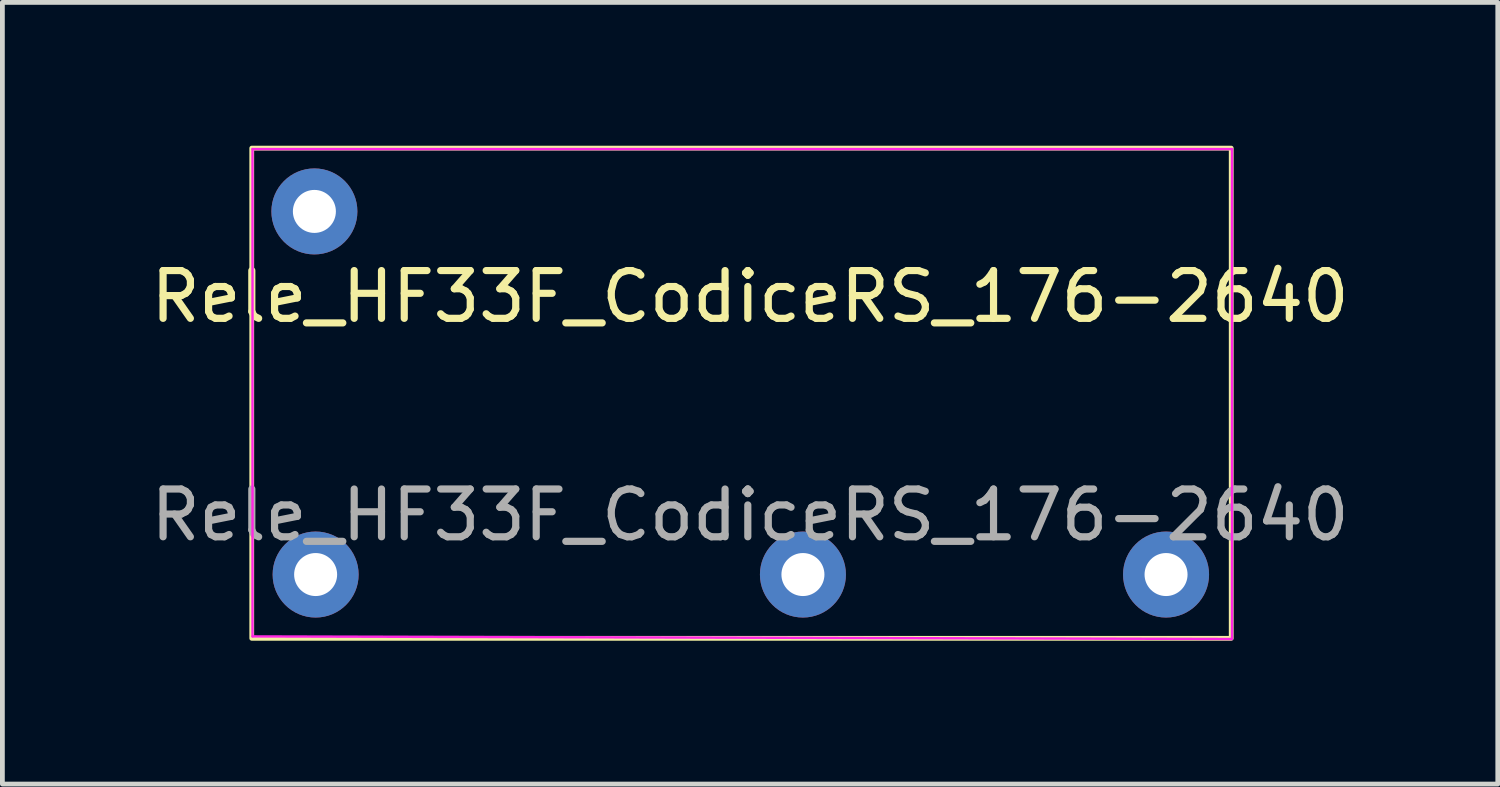
<source format=kicad_pcb>
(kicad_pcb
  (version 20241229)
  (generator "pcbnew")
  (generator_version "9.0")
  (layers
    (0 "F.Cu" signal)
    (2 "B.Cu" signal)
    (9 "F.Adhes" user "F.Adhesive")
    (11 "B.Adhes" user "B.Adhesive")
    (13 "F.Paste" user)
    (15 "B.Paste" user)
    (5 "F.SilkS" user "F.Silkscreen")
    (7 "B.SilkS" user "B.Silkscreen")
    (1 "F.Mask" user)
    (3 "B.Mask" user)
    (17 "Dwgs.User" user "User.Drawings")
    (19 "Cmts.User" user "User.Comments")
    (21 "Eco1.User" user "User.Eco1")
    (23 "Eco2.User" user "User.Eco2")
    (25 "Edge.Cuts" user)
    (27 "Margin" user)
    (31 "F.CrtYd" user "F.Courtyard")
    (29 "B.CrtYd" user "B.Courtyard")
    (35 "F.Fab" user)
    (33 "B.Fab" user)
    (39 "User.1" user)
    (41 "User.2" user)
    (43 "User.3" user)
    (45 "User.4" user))
  (footprint "Rele_HF33F_CodiceRS_176-2640"
    (layer "F.Cu")
    (at 12.649 5.19)
    (property "Reference" "Rele_HF33F_CodiceRS_176-2640" (at 0 -2.032 0) (unlocked yes) (layer "F.SilkS") (effects (font (size 1 1) (thickness 0.15))))
    (attr through_hole)
    (fp_rect (start -10.43 -5.14) (end 10.07 5.12) (stroke (width 0.1) (type default)) (fill no) (layer "F.SilkS"))
    (fp_line (start -10.414 -5.12) (end -10.414 5.08) (stroke (width 0.05) (type solid)) (layer "F.CrtYd"))
    (fp_line (start -10.414 5.08) (end 10.086 5.134) (stroke (width 0.05) (type solid)) (layer "F.CrtYd"))
    (fp_line (start 10.086 -5.12) (end -10.414 -5.12) (stroke (width 0.05) (type solid)) (layer "F.CrtYd"))
    (fp_line (start 10.086 5.134) (end 10.086 -5.12) (stroke (width 0.05) (type solid)) (layer "F.CrtYd"))
    (fp_text user "${REFERENCE}" (at 0 2.54 0) (unlocked yes) (layer "F.Fab") (effects (font (size 1 1) (thickness 0.15))))
    (pad "1" thru_hole circle (at -9.119 -3.815) (size 1.8 1.8) (drill 0.9) (layers "*.Cu" "*.Mask"))
    (pad "2" thru_hole circle (at -9.093 3.785) (size 1.8 1.8) (drill 0.9) (layers "*.Cu" "*.Mask"))
    (pad "3" thru_hole circle (at 1.106 3.785) (size 1.8 1.8) (drill 0.9) (layers "*.Cu" "*.Mask"))
    (pad "4" thru_hole circle (at 8.706 3.785) (size 1.8 1.8) (drill 0.9) (layers "*.Cu" "*.Mask")))
  (gr_rect
    (start -3 -3)
    (end 28.298 13.36)
    (stroke (width 0.1) (type default))
    (fill no)
    (layer "Edge.Cuts")))
</source>
